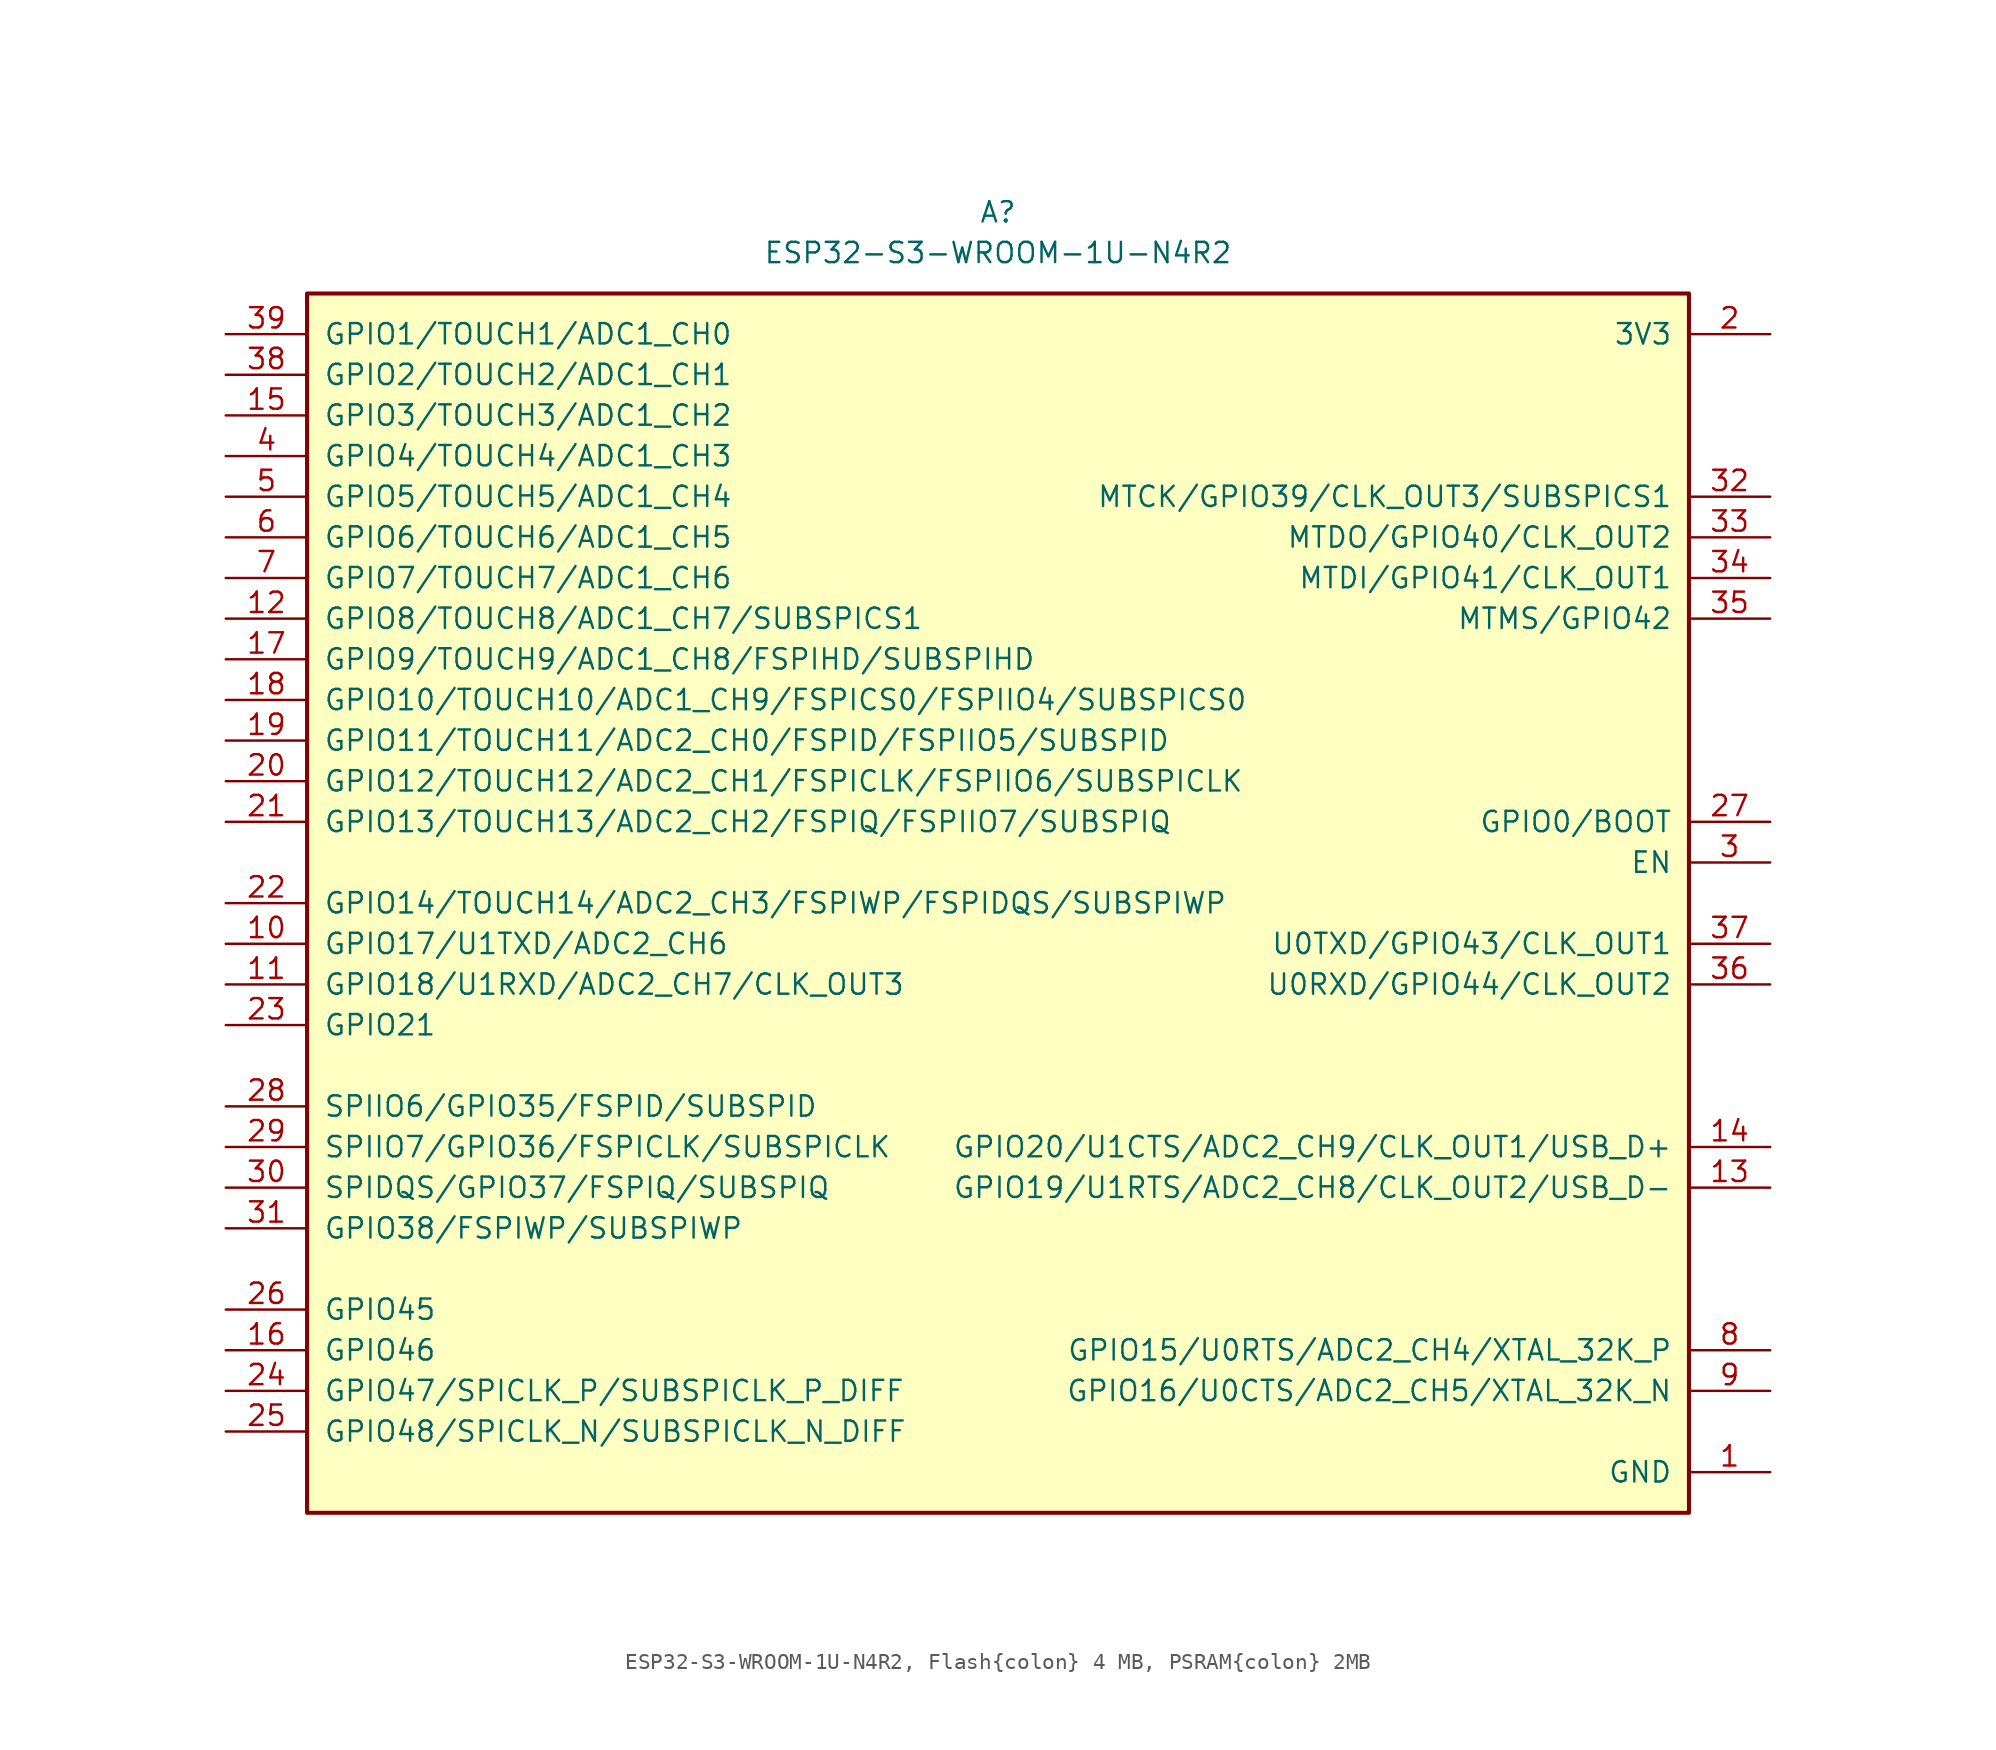
<source format=kicad_sym>
(kicad_symbol_lib
  (version 20241209)
  (generator "kicad_symbol_editor")
  (generator_version "9.0")
  (symbol "ESP32-S3-WROOM-1U-N4R2, Flash{colon} 4 MB, PSRAM{colon} 2MB"
    (pin_names
      (offset 1.016))
    (property "Reference" "A"
      (at 0 43.18 0)
      (effects (font (size 1.27 1.27))))
    (property "Value" "ESP32-S3-WROOM-1U-N4R2"
      (at 0 40.64 0)
      (effects (font (size 1.27 1.27))))
    (symbol "ESP32-S3-WROOM-1U-N4R2, Flash{colon} 4 MB, PSRAM{colon} 2MB_0_0"
      (pin bidirectional line (at -48.26 35.56 0) (length 5.08) (name "GPIO1/TOUCH1/ADC1_CH0" (effects (font (size 1.27 1.27)))) (number "39" (effects (font (size 1.27 1.27)))))
      (pin bidirectional line (at -48.26 33.02 0) (length 5.08) (name "GPIO2/TOUCH2/ADC1_CH1" (effects (font (size 1.27 1.27)))) (number "38" (effects (font (size 1.27 1.27)))))
      (pin bidirectional line (at -48.26 30.48 0) (length 5.08) (name "GPIO3/TOUCH3/ADC1_CH2" (effects (font (size 1.27 1.27)))) (number "15" (effects (font (size 1.27 1.27)))))
      (pin bidirectional line (at -48.26 27.94 0) (length 5.08) (name "GPIO4/TOUCH4/ADC1_CH3" (effects (font (size 1.27 1.27)))) (number "4" (effects (font (size 1.27 1.27)))))
      (pin bidirectional line (at -48.26 25.4 0) (length 5.08) (name "GPIO5/TOUCH5/ADC1_CH4" (effects (font (size 1.27 1.27)))) (number "5" (effects (font (size 1.27 1.27)))))
      (pin bidirectional line (at -48.26 22.86 0) (length 5.08) (name "GPIO6/TOUCH6/ADC1_CH5" (effects (font (size 1.27 1.27)))) (number "6" (effects (font (size 1.27 1.27)))))
      (pin bidirectional line (at -48.26 20.32 0) (length 5.08) (name "GPIO7/TOUCH7/ADC1_CH6" (effects (font (size 1.27 1.27)))) (number "7" (effects (font (size 1.27 1.27)))))
      (pin bidirectional line (at -48.26 17.78 0) (length 5.08) (name "GPIO8/TOUCH8/ADC1_CH7/SUBSPICS1" (effects (font (size 1.27 1.27)))) (number "12" (effects (font (size 1.27 1.27)))))
      (pin bidirectional line (at -48.26 15.24 0) (length 5.08) (name "GPIO9/TOUCH9/ADC1_CH8/FSPIHD/SUBSPIHD" (effects (font (size 1.27 1.27)))) (number "17" (effects (font (size 1.27 1.27)))))
      (pin bidirectional line (at -48.26 12.7 0) (length 5.08) (name "GPIO10/TOUCH10/ADC1_CH9/FSPICS0/FSPIIO4/SUBSPICS0" (effects (font (size 1.27 1.27)))) (number "18" (effects (font (size 1.27 1.27)))))
      (pin bidirectional line (at -48.26 10.16 0) (length 5.08) (name "GPIO11/TOUCH11/ADC2_CH0/FSPID/FSPIIO5/SUBSPID" (effects (font (size 1.27 1.27)))) (number "19" (effects (font (size 1.27 1.27)))))
      (pin bidirectional line (at -48.26 7.62 0) (length 5.08) (name "GPIO12/TOUCH12/ADC2_CH1/FSPICLK/FSPIIO6/SUBSPICLK" (effects (font (size 1.27 1.27)))) (number "20" (effects (font (size 1.27 1.27)))))
      (pin bidirectional line (at -48.26 5.08 0) (length 5.08) (name "GPIO13/TOUCH13/ADC2_CH2/FSPIQ/FSPIIO7/SUBSPIQ" (effects (font (size 1.27 1.27)))) (number "21" (effects (font (size 1.27 1.27)))))
      (pin bidirectional line (at -48.26 0 0) (length 5.08) (name "GPIO14/TOUCH14/ADC2_CH3/FSPIWP/FSPIDQS/SUBSPIWP" (effects (font (size 1.27 1.27)))) (number "22" (effects (font (size 1.27 1.27)))))
      (pin bidirectional line (at -48.26 -2.54 0) (length 5.08) (name "GPIO17/U1TXD/ADC2_CH6" (effects (font (size 1.27 1.27)))) (number "10" (effects (font (size 1.27 1.27)))))
      (pin bidirectional line (at -48.26 -5.08 0) (length 5.08) (name "GPIO18/U1RXD/ADC2_CH7/CLK_OUT3" (effects (font (size 1.27 1.27)))) (number "11" (effects (font (size 1.27 1.27)))))
      (pin bidirectional line (at -48.26 -7.62 0) (length 5.08) (name "GPIO21" (effects (font (size 1.27 1.27)))) (number "23" (effects (font (size 1.27 1.27)))))
      (pin bidirectional line (at -48.26 -12.7 0) (length 5.08) (name "SPIIO6/GPIO35/FSPID/SUBSPID" (effects (font (size 1.27 1.27)))) (number "28" (effects (font (size 1.27 1.27)))))
      (pin bidirectional line (at -48.26 -15.24 0) (length 5.08) (name "SPIIO7/GPIO36/FSPICLK/SUBSPICLK" (effects (font (size 1.27 1.27)))) (number "29" (effects (font (size 1.27 1.27)))))
      (pin bidirectional line (at -48.26 -17.78 0) (length 5.08) (name "SPIDQS/GPIO37/FSPIQ/SUBSPIQ" (effects (font (size 1.27 1.27)))) (number "30" (effects (font (size 1.27 1.27)))))
      (pin bidirectional line (at -48.26 -20.32 0) (length 5.08) (name "GPIO38/FSPIWP/SUBSPIWP" (effects (font (size 1.27 1.27)))) (number "31" (effects (font (size 1.27 1.27)))))
      (pin bidirectional line (at -48.26 -25.4 0) (length 5.08) (name "GPIO45" (effects (font (size 1.27 1.27)))) (number "26" (effects (font (size 1.27 1.27)))))
      (pin bidirectional line (at -48.26 -27.94 0) (length 5.08) (name "GPIO46" (effects (font (size 1.27 1.27)))) (number "16" (effects (font (size 1.27 1.27)))))
      (pin bidirectional line (at -48.26 -30.48 0) (length 5.08) (name "GPIO47/SPICLK_P/SUBSPICLK_P_DIFF" (effects (font (size 1.27 1.27)))) (number "24" (effects (font (size 1.27 1.27)))))
      (pin bidirectional line (at -48.26 -33.02 0) (length 5.08) (name "GPIO48/SPICLK_N/SUBSPICLK_N_DIFF" (effects (font (size 1.27 1.27)))) (number "25" (effects (font (size 1.27 1.27)))))
      (pin power_in line (at 48.26 35.56 180) (length 5.08) (name "3V3" (effects (font (size 1.27 1.27)))) (number "2" (effects (font (size 1.27 1.27)))))
      (pin bidirectional line (at 48.26 25.4 180) (length 5.08) (name "MTCK/GPIO39/CLK_OUT3/SUBSPICS1" (effects (font (size 1.27 1.27)))) (number "32" (effects (font (size 1.27 1.27)))))
      (pin bidirectional line (at 48.26 22.86 180) (length 5.08) (name "MTDO/GPIO40/CLK_OUT2" (effects (font (size 1.27 1.27)))) (number "33" (effects (font (size 1.27 1.27)))))
      (pin bidirectional line (at 48.26 20.32 180) (length 5.08) (name "MTDI/GPIO41/CLK_OUT1" (effects (font (size 1.27 1.27)))) (number "34" (effects (font (size 1.27 1.27)))))
      (pin bidirectional line (at 48.26 17.78 180) (length 5.08) (name "MTMS/GPIO42" (effects (font (size 1.27 1.27)))) (number "35" (effects (font (size 1.27 1.27)))))
      (pin bidirectional line (at 48.26 5.08 180) (length 5.08) (name "GPIO0/BOOT" (effects (font (size 1.27 1.27)))) (number "27" (effects (font (size 1.27 1.27)))))
      (pin input line (at 48.26 2.54 180) (length 5.08) (name "EN" (effects (font (size 1.27 1.27)))) (number "3" (effects (font (size 1.27 1.27)))))
      (pin bidirectional line (at 48.26 -2.54 180) (length 5.08) (name "U0TXD/GPIO43/CLK_OUT1" (effects (font (size 1.27 1.27)))) (number "37" (effects (font (size 1.27 1.27)))))
      (pin bidirectional line (at 48.26 -5.08 180) (length 5.08) (name "U0RXD/GPIO44/CLK_OUT2" (effects (font (size 1.27 1.27)))) (number "36" (effects (font (size 1.27 1.27)))))
      (pin bidirectional line (at 48.26 -15.24 180) (length 5.08) (name "GPIO20/U1CTS/ADC2_CH9/CLK_OUT1/USB_D+" (effects (font (size 1.27 1.27)))) (number "14" (effects (font (size 1.27 1.27)))))
      (pin bidirectional line (at 48.26 -17.78 180) (length 5.08) (name "GPIO19/U1RTS/ADC2_CH8/CLK_OUT2/USB_D-" (effects (font (size 1.27 1.27)))) (number "13" (effects (font (size 1.27 1.27)))))
      (pin bidirectional line (at 48.26 -27.94 180) (length 5.08) (name "GPIO15/U0RTS/ADC2_CH4/XTAL_32K_P" (effects (font (size 1.27 1.27)))) (number "8" (effects (font (size 1.27 1.27)))))
      (pin bidirectional line (at 48.26 -30.48 180) (length 5.08) (name "GPIO16/U0CTS/ADC2_CH5/XTAL_32K_N" (effects (font (size 1.27 1.27)))) (number "9" (effects (font (size 1.27 1.27)))))
      (pin passive line (at 48.26 -35.56 180) (length 5.08) (name "GND" (effects (font (size 1.27 1.27)))) (number "1" (effects (font (size 1.27 1.27)))))
      (pin passive line (at 48.26 -35.56 180) (length 5.08) (hide yes) (name "GND" (effects (font (size 1.27 1.27)))) (number "40" (effects (font (size 1.27 1.27)))))
      (pin passive line (at 48.26 -35.56 180) (length 5.08) (hide yes) (name "GND" (effects (font (size 1.27 1.27)))) (number "41" (effects (font (size 1.27 1.27))))))
    (symbol "ESP32-S3-WROOM-1U-N4R2, Flash{colon} 4 MB, PSRAM{colon} 2MB_0_1"
      (rectangle (start -43.18 38.1) (end 43.18 -38.1) (stroke (width 0.254) (type default)) (fill (type background))))))
</source>
